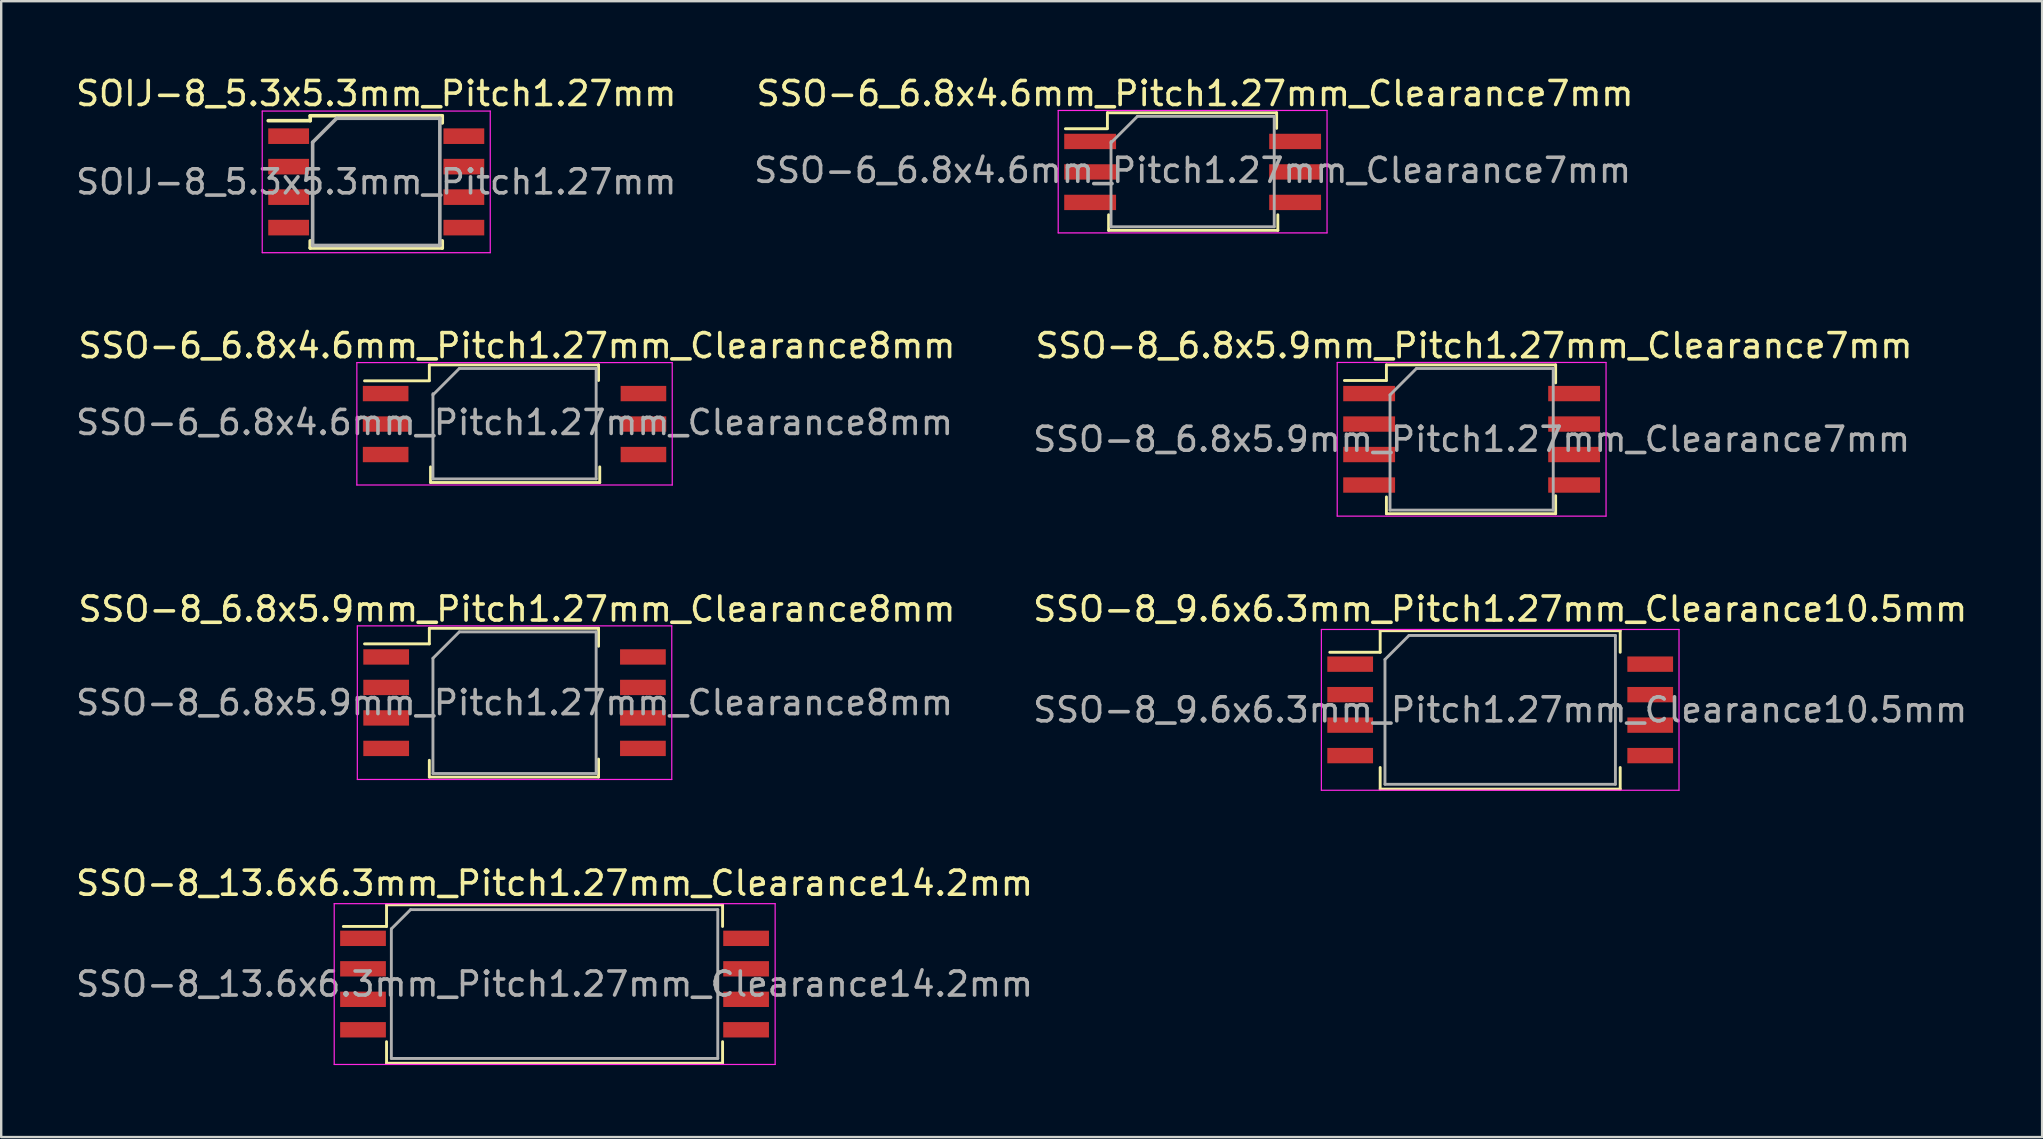
<source format=kicad_pcb>
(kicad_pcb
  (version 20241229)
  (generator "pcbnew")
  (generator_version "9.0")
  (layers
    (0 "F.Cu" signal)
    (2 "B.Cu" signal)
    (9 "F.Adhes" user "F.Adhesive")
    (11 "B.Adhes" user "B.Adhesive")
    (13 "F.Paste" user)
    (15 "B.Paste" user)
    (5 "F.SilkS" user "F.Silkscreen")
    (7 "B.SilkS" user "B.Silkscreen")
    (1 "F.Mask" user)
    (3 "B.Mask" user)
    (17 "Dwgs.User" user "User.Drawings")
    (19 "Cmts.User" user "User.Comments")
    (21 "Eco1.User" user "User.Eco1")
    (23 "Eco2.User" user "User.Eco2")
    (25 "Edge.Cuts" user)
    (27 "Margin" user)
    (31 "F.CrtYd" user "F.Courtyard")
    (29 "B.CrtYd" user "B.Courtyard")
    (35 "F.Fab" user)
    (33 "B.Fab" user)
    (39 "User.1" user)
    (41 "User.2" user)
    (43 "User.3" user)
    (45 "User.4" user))
  (footprint "SOIJ-8_5.3x5.3mm_Pitch1.27mm"
    (layer "F.Cu")
    (at 12.625 4.528)
    (property "Reference" "SOIJ-8_5.3x5.3mm_Pitch1.27mm" (at 0 -3.68 0) (layer "F.SilkS") (effects (font (size 1 1) (thickness 0.15))))
    (attr smd)
    (fp_line (start -2.75 -2.755) (end -2.75 -2.55) (stroke (width 0.15) (type solid)) (layer "F.SilkS"))
    (fp_line (start -2.75 -2.755) (end 2.75 -2.755) (stroke (width 0.15) (type solid)) (layer "F.SilkS"))
    (fp_line (start -2.75 -2.55) (end -4.5 -2.55) (stroke (width 0.15) (type solid)) (layer "F.SilkS"))
    (fp_line (start -2.75 2.755) (end -2.75 2.455) (stroke (width 0.15) (type solid)) (layer "F.SilkS"))
    (fp_line (start -2.75 2.755) (end 2.75 2.755) (stroke (width 0.15) (type solid)) (layer "F.SilkS"))
    (fp_line (start 2.75 -2.755) (end 2.75 -2.455) (stroke (width 0.15) (type solid)) (layer "F.SilkS"))
    (fp_line (start 2.75 2.755) (end 2.75 2.455) (stroke (width 0.15) (type solid)) (layer "F.SilkS"))
    (fp_line (start -4.75 -2.95) (end -4.75 2.95) (stroke (width 0.05) (type solid)) (layer "F.CrtYd"))
    (fp_line (start -4.75 -2.95) (end 4.75 -2.95) (stroke (width 0.05) (type solid)) (layer "F.CrtYd"))
    (fp_line (start -4.75 2.95) (end 4.75 2.95) (stroke (width 0.05) (type solid)) (layer "F.CrtYd"))
    (fp_line (start 4.75 -2.95) (end 4.75 2.95) (stroke (width 0.05) (type solid)) (layer "F.CrtYd"))
    (fp_line (start -2.65 -1.65) (end -1.65 -2.65) (stroke (width 0.15) (type solid)) (layer "F.Fab"))
    (fp_line (start -2.65 2.65) (end -2.65 -1.65) (stroke (width 0.15) (type solid)) (layer "F.Fab"))
    (fp_line (start -1.65 -2.65) (end 2.65 -2.65) (stroke (width 0.15) (type solid)) (layer "F.Fab"))
    (fp_line (start 2.65 -2.65) (end 2.65 2.65) (stroke (width 0.15) (type solid)) (layer "F.Fab"))
    (fp_line (start 2.65 2.65) (end -2.65 2.65) (stroke (width 0.15) (type solid)) (layer "F.Fab"))
    (fp_text user "${REFERENCE}" (at 0 0 0) (layer "F.Fab") (effects (font (size 1 1) (thickness 0.15))))
    (pad "1" smd rect (at -3.65 -1.905) (size 1.7 0.65) (layers "F.Cu" "F.Mask" "F.Paste"))
    (pad "2" smd rect (at -3.65 -0.635) (size 1.7 0.65) (layers "F.Cu" "F.Mask" "F.Paste"))
    (pad "3" smd rect (at -3.65 0.635) (size 1.7 0.65) (layers "F.Cu" "F.Mask" "F.Paste"))
    (pad "4" smd rect (at -3.65 1.905) (size 1.7 0.65) (layers "F.Cu" "F.Mask" "F.Paste"))
    (pad "5" smd rect (at 3.65 1.905) (size 1.7 0.65) (layers "F.Cu" "F.Mask" "F.Paste"))
    (pad "6" smd rect (at 3.65 0.635) (size 1.7 0.65) (layers "F.Cu" "F.Mask" "F.Paste"))
    (pad "7" smd rect (at 3.65 -0.635) (size 1.7 0.65) (layers "F.Cu" "F.Mask" "F.Paste"))
    (pad "8" smd rect (at 3.65 -1.905) (size 1.7 0.65) (layers "F.Cu" "F.Mask" "F.Paste")))
  (footprint "SSO-8_9.6x6.3mm_Pitch1.27mm_Clearance10.5mm"
    (layer "F.Cu")
    (at 59.451 26.525)
    (property "Reference" "SSO-8_9.6x6.3mm_Pitch1.27mm_Clearance10.5mm" (at 0 -4.2 0) (layer "F.SilkS") (effects (font (size 1 1) (thickness 0.15))))
    (attr smd)
    (fp_line (start -7.1 -2.4) (end -5 -2.4) (stroke (width 0.12) (type solid)) (layer "F.SilkS"))
    (fp_line (start -5 -3.3) (end 5 -3.3) (stroke (width 0.12) (type solid)) (layer "F.SilkS"))
    (fp_line (start -5 -2.4) (end -5 -3.3) (stroke (width 0.12) (type solid)) (layer "F.SilkS"))
    (fp_line (start -5 3.3) (end -5 2.4) (stroke (width 0.12) (type solid)) (layer "F.SilkS"))
    (fp_line (start 5 -3.3) (end 5 -2.4) (stroke (width 0.12) (type solid)) (layer "F.SilkS"))
    (fp_line (start 5 2.4) (end 5 3.3) (stroke (width 0.12) (type solid)) (layer "F.SilkS"))
    (fp_line (start 5 3.3) (end -5 3.3) (stroke (width 0.12) (type solid)) (layer "F.SilkS"))
    (fp_line (start -7.45 -3.35) (end -7.45 3.35) (stroke (width 0.05) (type solid)) (layer "F.CrtYd"))
    (fp_line (start -7.45 -3.35) (end 7.45 -3.35) (stroke (width 0.05) (type solid)) (layer "F.CrtYd"))
    (fp_line (start 7.45 3.35) (end -7.45 3.35) (stroke (width 0.05) (type solid)) (layer "F.CrtYd"))
    (fp_line (start 7.45 3.35) (end 7.45 -3.35) (stroke (width 0.05) (type solid)) (layer "F.CrtYd"))
    (fp_line (start -4.8 -2.1) (end -4.8 3.1) (stroke (width 0.12) (type solid)) (layer "F.Fab"))
    (fp_line (start -4.8 3.1) (end 4.8 3.1) (stroke (width 0.12) (type solid)) (layer "F.Fab"))
    (fp_line (start -3.8 -3.1) (end -4.8 -2.1) (stroke (width 0.12) (type solid)) (layer "F.Fab"))
    (fp_line (start 4.8 -3.1) (end -3.8 -3.1) (stroke (width 0.12) (type solid)) (layer "F.Fab"))
    (fp_line (start 4.8 3.1) (end 4.8 -3.1) (stroke (width 0.12) (type solid)) (layer "F.Fab"))
    (fp_text user "${REFERENCE}" (at 0 0 0) (layer "F.Fab") (effects (font (size 1 1) (thickness 0.15))))
    (pad "1" smd rect (at -6.25 -1.905) (size 1.905 0.64) (layers "F.Cu" "F.Mask" "F.Paste"))
    (pad "2" smd rect (at -6.25 -0.635) (size 1.905 0.64) (layers "F.Cu" "F.Mask" "F.Paste"))
    (pad "3" smd rect (at -6.25 0.635) (size 1.905 0.64) (layers "F.Cu" "F.Mask" "F.Paste"))
    (pad "4" smd rect (at -6.25 1.905) (size 1.905 0.64) (layers "F.Cu" "F.Mask" "F.Paste"))
    (pad "5" smd rect (at 6.25 1.905) (size 1.905 0.64) (layers "F.Cu" "F.Mask" "F.Paste"))
    (pad "6" smd rect (at 6.25 0.635) (size 1.905 0.64) (layers "F.Cu" "F.Mask" "F.Paste"))
    (pad "7" smd rect (at 6.25 -0.635) (size 1.905 0.64) (layers "F.Cu" "F.Mask" "F.Paste"))
    (pad "8" smd rect (at 6.25 -1.905) (size 1.905 0.64) (layers "F.Cu" "F.Mask" "F.Paste")))
  (footprint "SSO-8_6.8x5.9mm_Pitch1.27mm_Clearance7mm"
    (layer "F.Cu")
    (at 58.261 15.252)
    (property "Reference" "SSO-8_6.8x5.9mm_Pitch1.27mm_Clearance7mm" (at 0.1 -3.9 0) (layer "F.SilkS") (effects (font (size 1 1) (thickness 0.15))))
    (attr smd)
    (fp_line (start -3.55 -3.1) (end -3.55 -2.45) (stroke (width 0.12) (type solid)) (layer "F.SilkS"))
    (fp_line (start -3.55 -2.45) (end -5.3 -2.45) (stroke (width 0.12) (type solid)) (layer "F.SilkS"))
    (fp_line (start -3.55 2.4) (end -3.55 3.1) (stroke (width 0.12) (type solid)) (layer "F.SilkS"))
    (fp_line (start -3.55 3.1) (end 3.5 3.1) (stroke (width 0.12) (type solid)) (layer "F.SilkS"))
    (fp_line (start 3.5 -3.1) (end -3.55 -3.1) (stroke (width 0.12) (type solid)) (layer "F.SilkS"))
    (fp_line (start 3.5 -2.35) (end 3.5 -3.1) (stroke (width 0.12) (type solid)) (layer "F.SilkS"))
    (fp_line (start 3.5 3.1) (end 3.5 2.35) (stroke (width 0.12) (type solid)) (layer "F.SilkS"))
    (fp_line (start -5.6 -3.2) (end -5.6 3.2) (stroke (width 0.05) (type solid)) (layer "F.CrtYd"))
    (fp_line (start -5.6 -3.2) (end 5.6 -3.2) (stroke (width 0.05) (type solid)) (layer "F.CrtYd"))
    (fp_line (start 5.6 3.2) (end -5.6 3.2) (stroke (width 0.05) (type solid)) (layer "F.CrtYd"))
    (fp_line (start 5.6 3.2) (end 5.6 -3.2) (stroke (width 0.05) (type solid)) (layer "F.CrtYd"))
    (fp_line (start -3.4 -1.85) (end -3.4 2.95) (stroke (width 0.12) (type solid)) (layer "F.Fab"))
    (fp_line (start -3.4 2.95) (end 3.4 2.95) (stroke (width 0.12) (type solid)) (layer "F.Fab"))
    (fp_line (start -2.3 -2.95) (end -3.4 -1.85) (stroke (width 0.12) (type solid)) (layer "F.Fab"))
    (fp_line (start 3.4 -2.95) (end -2.3 -2.95) (stroke (width 0.12) (type solid)) (layer "F.Fab"))
    (fp_line (start 3.4 2.95) (end 3.4 -2.95) (stroke (width 0.12) (type solid)) (layer "F.Fab"))
    (fp_text user "${REFERENCE}" (at 0 0 0) (layer "F.Fab") (effects (font (size 1 1) (thickness 0.15))))
    (pad "1" smd rect (at -4.27 -1.905) (size 2.16 0.64) (layers "F.Cu" "F.Mask" "F.Paste"))
    (pad "2" smd rect (at -4.27 -0.635) (size 2.16 0.64) (layers "F.Cu" "F.Mask" "F.Paste"))
    (pad "3" smd rect (at -4.27 0.635) (size 2.16 0.64) (layers "F.Cu" "F.Mask" "F.Paste"))
    (pad "4" smd rect (at -4.27 1.905) (size 2.16 0.64) (layers "F.Cu" "F.Mask" "F.Paste"))
    (pad "5" smd rect (at 4.27 1.905) (size 2.16 0.64) (layers "F.Cu" "F.Mask" "F.Paste"))
    (pad "6" smd rect (at 4.27 0.635) (size 2.16 0.64) (layers "F.Cu" "F.Mask" "F.Paste"))
    (pad "7" smd rect (at 4.27 -0.635) (size 2.16 0.64) (layers "F.Cu" "F.Mask" "F.Paste"))
    (pad "8" smd rect (at 4.27 -1.905) (size 2.16 0.64) (layers "F.Cu" "F.Mask" "F.Paste")))
  (footprint "SSO-6_6.8x4.6mm_Pitch1.27mm_Clearance7mm"
    (layer "F.Cu")
    (at 46.637 4.113)
    (property "Reference" "SSO-6_6.8x4.6mm_Pitch1.27mm_Clearance7mm" (at 0.1 -3.265 0) (layer "F.SilkS") (effects (font (size 1 1) (thickness 0.15))))
    (attr smd)
    (fp_line (start -3.55 -2.465) (end -3.55 -1.815) (stroke (width 0.12) (type solid)) (layer "F.SilkS"))
    (fp_line (start -3.55 -1.8) (end -5.3 -1.8) (stroke (width 0.12) (type solid)) (layer "F.SilkS"))
    (fp_line (start -3.5 1.785) (end -3.5 2.435) (stroke (width 0.12) (type solid)) (layer "F.SilkS"))
    (fp_line (start -3.5 2.435) (end 3.55 2.435) (stroke (width 0.12) (type solid)) (layer "F.SilkS"))
    (fp_line (start 3.5 -2.465) (end -3.55 -2.465) (stroke (width 0.12) (type solid)) (layer "F.SilkS"))
    (fp_line (start 3.5 -2.465) (end 3.5 -1.815) (stroke (width 0.12) (type solid)) (layer "F.SilkS"))
    (fp_line (start 3.55 1.785) (end 3.55 2.435) (stroke (width 0.12) (type solid)) (layer "F.SilkS"))
    (fp_line (start -5.6 -2.56) (end -5.6 2.54) (stroke (width 0.05) (type solid)) (layer "F.CrtYd"))
    (fp_line (start -5.6 -2.56) (end 5.6 -2.56) (stroke (width 0.05) (type solid)) (layer "F.CrtYd"))
    (fp_line (start 5.6 2.54) (end -5.6 2.54) (stroke (width 0.05) (type solid)) (layer "F.CrtYd"))
    (fp_line (start 5.6 2.54) (end 5.6 -2.56) (stroke (width 0.05) (type solid)) (layer "F.CrtYd"))
    (fp_line (start -3.4 2.285) (end -3.4 -1.265) (stroke (width 0.12) (type solid)) (layer "F.Fab"))
    (fp_line (start -2.3 -2.315) (end -3.4 -1.215) (stroke (width 0.12) (type solid)) (layer "F.Fab"))
    (fp_line (start 3.4 -2.315) (end -2.3 -2.315) (stroke (width 0.12) (type solid)) (layer "F.Fab"))
    (fp_line (start 3.4 -2.315) (end 3.4 2.285) (stroke (width 0.12) (type solid)) (layer "F.Fab"))
    (fp_line (start 3.4 2.285) (end -3.4 2.285) (stroke (width 0.12) (type solid)) (layer "F.Fab"))
    (fp_text user "${REFERENCE}" (at 0 -0.065 0) (layer "F.Fab") (effects (font (size 1 1) (thickness 0.15))))
    (pad "1" smd rect (at -4.27 -1.27) (size 2.16 0.64) (layers "F.Cu" "F.Mask" "F.Paste"))
    (pad "2" smd rect (at -4.27 0) (size 2.16 0.64) (layers "F.Cu" "F.Mask" "F.Paste"))
    (pad "3" smd rect (at -4.27 1.27) (size 2.16 0.64) (layers "F.Cu" "F.Mask" "F.Paste"))
    (pad "4" smd rect (at 4.27 1.27) (size 2.16 0.64) (layers "F.Cu" "F.Mask" "F.Paste"))
    (pad "5" smd rect (at 4.27 0) (size 2.16 0.64) (layers "F.Cu" "F.Mask" "F.Paste"))
    (pad "6" smd rect (at 4.27 -1.27) (size 2.16 0.64) (layers "F.Cu" "F.Mask" "F.Paste")))
  (footprint "SSO-8_6.8x5.9mm_Pitch1.27mm_Clearance8mm"
    (layer "F.Cu")
    (at 18.387 26.225)
    (property "Reference" "SSO-8_6.8x5.9mm_Pitch1.27mm_Clearance8mm" (at 0.1 -3.9 0) (layer "F.SilkS") (effects (font (size 1 1) (thickness 0.15))))
    (attr smd)
    (fp_line (start -3.55 -3.1) (end -3.55 -2.45) (stroke (width 0.12) (type solid)) (layer "F.SilkS"))
    (fp_line (start -3.55 -2.45) (end -6.25 -2.45) (stroke (width 0.12) (type solid)) (layer "F.SilkS"))
    (fp_line (start -3.55 2.4) (end -3.55 3.1) (stroke (width 0.12) (type solid)) (layer "F.SilkS"))
    (fp_line (start -3.55 3.1) (end 3.5 3.1) (stroke (width 0.12) (type solid)) (layer "F.SilkS"))
    (fp_line (start 3.5 -3.1) (end -3.55 -3.1) (stroke (width 0.12) (type solid)) (layer "F.SilkS"))
    (fp_line (start 3.5 -2.35) (end 3.5 -3.1) (stroke (width 0.12) (type solid)) (layer "F.SilkS"))
    (fp_line (start 3.5 3.1) (end 3.5 2.35) (stroke (width 0.12) (type solid)) (layer "F.SilkS"))
    (fp_line (start -6.55 -3.2) (end -6.55 3.2) (stroke (width 0.05) (type solid)) (layer "F.CrtYd"))
    (fp_line (start -6.55 -3.2) (end 6.55 -3.2) (stroke (width 0.05) (type solid)) (layer "F.CrtYd"))
    (fp_line (start 6.55 3.2) (end -6.55 3.2) (stroke (width 0.05) (type solid)) (layer "F.CrtYd"))
    (fp_line (start 6.55 3.2) (end 6.55 -3.2) (stroke (width 0.05) (type solid)) (layer "F.CrtYd"))
    (fp_line (start -3.4 -1.85) (end -3.4 2.95) (stroke (width 0.12) (type solid)) (layer "F.Fab"))
    (fp_line (start -3.4 2.95) (end 3.4 2.95) (stroke (width 0.12) (type solid)) (layer "F.Fab"))
    (fp_line (start -2.3 -2.95) (end -3.4 -1.85) (stroke (width 0.12) (type solid)) (layer "F.Fab"))
    (fp_line (start 3.4 -2.95) (end -2.3 -2.95) (stroke (width 0.12) (type solid)) (layer "F.Fab"))
    (fp_line (start 3.4 2.95) (end 3.4 -2.95) (stroke (width 0.12) (type solid)) (layer "F.Fab"))
    (fp_text user "${REFERENCE}" (at 0 0 0) (layer "F.Fab") (effects (font (size 1 1) (thickness 0.15))))
    (pad "1" smd rect (at -5.348 -1.905) (size 1.905 0.64) (layers "F.Cu" "F.Mask" "F.Paste"))
    (pad "2" smd rect (at -5.348 -0.635) (size 1.905 0.64) (layers "F.Cu" "F.Mask" "F.Paste"))
    (pad "3" smd rect (at -5.348 0.635) (size 1.905 0.64) (layers "F.Cu" "F.Mask" "F.Paste"))
    (pad "4" smd rect (at -5.348 1.905) (size 1.905 0.64) (layers "F.Cu" "F.Mask" "F.Paste"))
    (pad "5" smd rect (at 5.348 1.905) (size 1.905 0.64) (layers "F.Cu" "F.Mask" "F.Paste"))
    (pad "6" smd rect (at 5.348 0.635) (size 1.905 0.64) (layers "F.Cu" "F.Mask" "F.Paste"))
    (pad "7" smd rect (at 5.348 -0.635) (size 1.905 0.64) (layers "F.Cu" "F.Mask" "F.Paste"))
    (pad "8" smd rect (at 5.348 -1.905) (size 1.905 0.64) (layers "F.Cu" "F.Mask" "F.Paste")))
  (footprint "SSO-8_13.6x6.3mm_Pitch1.27mm_Clearance14.2mm"
    (layer "F.Cu")
    (at 20.054 37.948)
    (property "Reference" "SSO-8_13.6x6.3mm_Pitch1.27mm_Clearance14.2mm" (at 0 -4.2 0) (layer "F.SilkS") (effects (font (size 1 1) (thickness 0.15))))
    (attr smd)
    (fp_line (start -8.8 -2.4) (end -7 -2.4) (stroke (width 0.12) (type solid)) (layer "F.SilkS"))
    (fp_line (start -7 -3.3) (end 7 -3.3) (stroke (width 0.12) (type solid)) (layer "F.SilkS"))
    (fp_line (start -7 -2.4) (end -7 -3.3) (stroke (width 0.12) (type solid)) (layer "F.SilkS"))
    (fp_line (start -7 3.3) (end -7 2.4) (stroke (width 0.12) (type solid)) (layer "F.SilkS"))
    (fp_line (start 7 -3.3) (end 7 -2.4) (stroke (width 0.12) (type solid)) (layer "F.SilkS"))
    (fp_line (start 7 2.4) (end 7 3.3) (stroke (width 0.12) (type solid)) (layer "F.SilkS"))
    (fp_line (start 7 3.3) (end -7 3.3) (stroke (width 0.12) (type solid)) (layer "F.SilkS"))
    (fp_line (start -9.18 -3.35) (end -9.18 3.35) (stroke (width 0.05) (type solid)) (layer "F.CrtYd"))
    (fp_line (start -9.18 -3.35) (end 9.19 -3.35) (stroke (width 0.05) (type solid)) (layer "F.CrtYd"))
    (fp_line (start 9.19 3.35) (end -9.18 3.35) (stroke (width 0.05) (type solid)) (layer "F.CrtYd"))
    (fp_line (start 9.19 3.35) (end 9.19 -3.35) (stroke (width 0.05) (type solid)) (layer "F.CrtYd"))
    (fp_line (start -6.8 -2.3) (end -6.8 3.1) (stroke (width 0.12) (type solid)) (layer "F.Fab"))
    (fp_line (start -6.8 3.1) (end 6.8 3.1) (stroke (width 0.12) (type solid)) (layer "F.Fab"))
    (fp_line (start -6 -3.1) (end -6.8 -2.3) (stroke (width 0.12) (type solid)) (layer "F.Fab"))
    (fp_line (start 6.8 -3.1) (end -6 -3.1) (stroke (width 0.12) (type solid)) (layer "F.Fab"))
    (fp_line (start 6.8 3.1) (end 6.8 -3.1) (stroke (width 0.12) (type solid)) (layer "F.Fab"))
    (fp_text user "${REFERENCE}" (at 0 0 0) (layer "F.Fab") (effects (font (size 1 1) (thickness 0.15))))
    (pad "1" smd rect (at -7.98 -1.905) (size 1.905 0.64) (layers "F.Cu" "F.Mask" "F.Paste"))
    (pad "2" smd rect (at -7.98 -0.635) (size 1.905 0.64) (layers "F.Cu" "F.Mask" "F.Paste"))
    (pad "3" smd rect (at -7.98 0.635) (size 1.905 0.64) (layers "F.Cu" "F.Mask" "F.Paste"))
    (pad "4" smd rect (at -7.98 1.905) (size 1.905 0.64) (layers "F.Cu" "F.Mask" "F.Paste"))
    (pad "5" smd rect (at 7.98 1.905) (size 1.905 0.64) (layers "F.Cu" "F.Mask" "F.Paste"))
    (pad "6" smd rect (at 7.98 0.635) (size 1.905 0.64) (layers "F.Cu" "F.Mask" "F.Paste"))
    (pad "7" smd rect (at 7.98 -0.635) (size 1.905 0.64) (layers "F.Cu" "F.Mask" "F.Paste"))
    (pad "8" smd rect (at 7.98 -1.905) (size 1.905 0.64) (layers "F.Cu" "F.Mask" "F.Paste")))
  (footprint "SSO-6_6.8x4.6mm_Pitch1.27mm_Clearance8mm"
    (layer "F.Cu")
    (at 18.387 14.617)
    (property "Reference" "SSO-6_6.8x4.6mm_Pitch1.27mm_Clearance8mm" (at 0.1 -3.265 0) (layer "F.SilkS") (effects (font (size 1 1) (thickness 0.15))))
    (attr smd)
    (fp_line (start -3.55 -2.465) (end -3.55 -1.815) (stroke (width 0.12) (type solid)) (layer "F.SilkS"))
    (fp_line (start -3.55 -1.8) (end -6.25 -1.8) (stroke (width 0.12) (type solid)) (layer "F.SilkS"))
    (fp_line (start -3.5 1.785) (end -3.5 2.435) (stroke (width 0.12) (type solid)) (layer "F.SilkS"))
    (fp_line (start -3.5 2.435) (end 3.55 2.435) (stroke (width 0.12) (type solid)) (layer "F.SilkS"))
    (fp_line (start 3.5 -2.465) (end -3.55 -2.465) (stroke (width 0.12) (type solid)) (layer "F.SilkS"))
    (fp_line (start 3.5 -2.465) (end 3.5 -1.815) (stroke (width 0.12) (type solid)) (layer "F.SilkS"))
    (fp_line (start 3.55 1.785) (end 3.55 2.435) (stroke (width 0.12) (type solid)) (layer "F.SilkS"))
    (fp_line (start -6.57 -2.56) (end -6.57 2.54) (stroke (width 0.05) (type solid)) (layer "F.CrtYd"))
    (fp_line (start -6.57 -2.56) (end 6.57 -2.56) (stroke (width 0.05) (type solid)) (layer "F.CrtYd"))
    (fp_line (start 6.57 2.54) (end -6.57 2.54) (stroke (width 0.05) (type solid)) (layer "F.CrtYd"))
    (fp_line (start 6.57 2.54) (end 6.57 -2.56) (stroke (width 0.05) (type solid)) (layer "F.CrtYd"))
    (fp_line (start -3.4 2.285) (end -3.4 -1.265) (stroke (width 0.12) (type solid)) (layer "F.Fab"))
    (fp_line (start -2.3 -2.315) (end -3.4 -1.215) (stroke (width 0.12) (type solid)) (layer "F.Fab"))
    (fp_line (start 3.4 -2.315) (end -2.3 -2.315) (stroke (width 0.12) (type solid)) (layer "F.Fab"))
    (fp_line (start 3.4 -2.315) (end 3.4 2.285) (stroke (width 0.12) (type solid)) (layer "F.Fab"))
    (fp_line (start 3.4 2.285) (end -3.4 2.285) (stroke (width 0.12) (type solid)) (layer "F.Fab"))
    (fp_text user "${REFERENCE}" (at 0 -0.065 0) (layer "F.Fab") (effects (font (size 1 1) (thickness 0.15))))
    (pad "1" smd rect (at -5.37 -1.27) (size 1.9 0.64) (layers "F.Cu" "F.Mask" "F.Paste"))
    (pad "2" smd rect (at -5.37 0) (size 1.9 0.64) (layers "F.Cu" "F.Mask" "F.Paste"))
    (pad "3" smd rect (at -5.37 1.27) (size 1.9 0.64) (layers "F.Cu" "F.Mask" "F.Paste"))
    (pad "4" smd rect (at 5.37 1.27) (size 1.9 0.64) (layers "F.Cu" "F.Mask" "F.Paste"))
    (pad "5" smd rect (at 5.37 0) (size 1.9 0.64) (layers "F.Cu" "F.Mask" "F.Paste"))
    (pad "6" smd rect (at 5.37 -1.27) (size 1.9 0.64) (layers "F.Cu" "F.Mask" "F.Paste")))
  (gr_rect
    (start -3 -3)
    (end 82.029 44.323)
    (stroke (width 0.1) (type default))
    (fill no)
    (layer "Edge.Cuts")))
</source>
